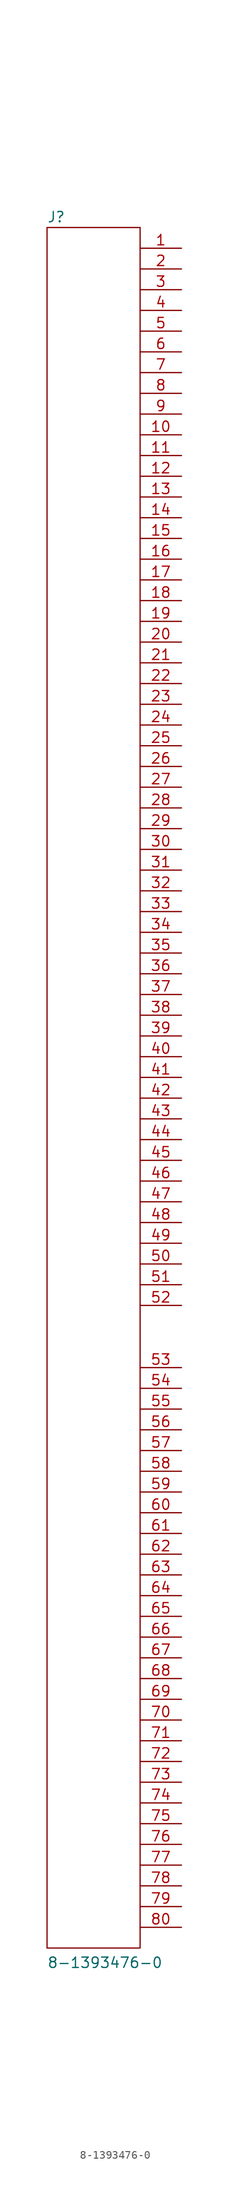
<source format=kicad_sym>
(kicad_symbol_lib
  (version 20210619)
  (generator kicad_symbol_editor)
  (symbol "8-1393476-0:8-1393476-0"
    (pin_names
      (offset 1.016))
    (property "Reference" "J"
      (at 0 0.533 0)
      (effects (font (size 1.27 1.27)) (justify left bottom)))
    (property "Value" "8-1393476-0"
      (at 0 -213.36 0)
      (effects (font (size 1.27 1.27)) (justify left bottom)))
    (symbol "8-1393476-0_0_1"
      (rectangle (start 0 0) (end 11.43 -210.82) (stroke (width 0.152)) (fill (type none))))
    (symbol "8-1393476-0_1_1"
      (pin passive line (at 16.51 -2.54 180) (length 5.08) (name "" (effects (font (size 1.27 1.27)))) (number "1" (effects (font (size 1.27 1.27)))))
      (pin passive line (at 16.51 -25.4 180) (length 5.08) (name "" (effects (font (size 1.27 1.27)))) (number "10" (effects (font (size 1.27 1.27)))))
      (pin passive line (at 16.51 -27.94 180) (length 5.08) (name "" (effects (font (size 1.27 1.27)))) (number "11" (effects (font (size 1.27 1.27)))))
      (pin passive line (at 16.51 -30.48 180) (length 5.08) (name "" (effects (font (size 1.27 1.27)))) (number "12" (effects (font (size 1.27 1.27)))))
      (pin passive line (at 16.51 -33.02 180) (length 5.08) (name "" (effects (font (size 1.27 1.27)))) (number "13" (effects (font (size 1.27 1.27)))))
      (pin passive line (at 16.51 -35.56 180) (length 5.08) (name "" (effects (font (size 1.27 1.27)))) (number "14" (effects (font (size 1.27 1.27)))))
      (pin passive line (at 16.51 -38.1 180) (length 5.08) (name "" (effects (font (size 1.27 1.27)))) (number "15" (effects (font (size 1.27 1.27)))))
      (pin passive line (at 16.51 -40.64 180) (length 5.08) (name "" (effects (font (size 1.27 1.27)))) (number "16" (effects (font (size 1.27 1.27)))))
      (pin passive line (at 16.51 -43.18 180) (length 5.08) (name "" (effects (font (size 1.27 1.27)))) (number "17" (effects (font (size 1.27 1.27)))))
      (pin passive line (at 16.51 -45.72 180) (length 5.08) (name "" (effects (font (size 1.27 1.27)))) (number "18" (effects (font (size 1.27 1.27)))))
      (pin passive line (at 16.51 -48.26 180) (length 5.08) (name "" (effects (font (size 1.27 1.27)))) (number "19" (effects (font (size 1.27 1.27)))))
      (pin passive line (at 16.51 -5.08 180) (length 5.08) (name "" (effects (font (size 1.27 1.27)))) (number "2" (effects (font (size 1.27 1.27)))))
      (pin passive line (at 16.51 -50.8 180) (length 5.08) (name "" (effects (font (size 1.27 1.27)))) (number "20" (effects (font (size 1.27 1.27)))))
      (pin passive line (at 16.51 -53.34 180) (length 5.08) (name "" (effects (font (size 1.27 1.27)))) (number "21" (effects (font (size 1.27 1.27)))))
      (pin passive line (at 16.51 -55.88 180) (length 5.08) (name "" (effects (font (size 1.27 1.27)))) (number "22" (effects (font (size 1.27 1.27)))))
      (pin passive line (at 16.51 -58.42 180) (length 5.08) (name "" (effects (font (size 1.27 1.27)))) (number "23" (effects (font (size 1.27 1.27)))))
      (pin passive line (at 16.51 -60.96 180) (length 5.08) (name "" (effects (font (size 1.27 1.27)))) (number "24" (effects (font (size 1.27 1.27)))))
      (pin passive line (at 16.51 -63.5 180) (length 5.08) (name "" (effects (font (size 1.27 1.27)))) (number "25" (effects (font (size 1.27 1.27)))))
      (pin passive line (at 16.51 -66.04 180) (length 5.08) (name "" (effects (font (size 1.27 1.27)))) (number "26" (effects (font (size 1.27 1.27)))))
      (pin passive line (at 16.51 -68.58 180) (length 5.08) (name "" (effects (font (size 1.27 1.27)))) (number "27" (effects (font (size 1.27 1.27)))))
      (pin passive line (at 16.51 -71.12 180) (length 5.08) (name "" (effects (font (size 1.27 1.27)))) (number "28" (effects (font (size 1.27 1.27)))))
      (pin passive line (at 16.51 -73.66 180) (length 5.08) (name "" (effects (font (size 1.27 1.27)))) (number "29" (effects (font (size 1.27 1.27)))))
      (pin passive line (at 16.51 -7.62 180) (length 5.08) (name "" (effects (font (size 1.27 1.27)))) (number "3" (effects (font (size 1.27 1.27)))))
      (pin passive line (at 16.51 -76.2 180) (length 5.08) (name "" (effects (font (size 1.27 1.27)))) (number "30" (effects (font (size 1.27 1.27)))))
      (pin passive line (at 16.51 -78.74 180) (length 5.08) (name "" (effects (font (size 1.27 1.27)))) (number "31" (effects (font (size 1.27 1.27)))))
      (pin passive line (at 16.51 -81.28 180) (length 5.08) (name "" (effects (font (size 1.27 1.27)))) (number "32" (effects (font (size 1.27 1.27)))))
      (pin passive line (at 16.51 -83.82 180) (length 5.08) (name "" (effects (font (size 1.27 1.27)))) (number "33" (effects (font (size 1.27 1.27)))))
      (pin passive line (at 16.51 -86.36 180) (length 5.08) (name "" (effects (font (size 1.27 1.27)))) (number "34" (effects (font (size 1.27 1.27)))))
      (pin passive line (at 16.51 -88.9 180) (length 5.08) (name "" (effects (font (size 1.27 1.27)))) (number "35" (effects (font (size 1.27 1.27)))))
      (pin passive line (at 16.51 -91.44 180) (length 5.08) (name "" (effects (font (size 1.27 1.27)))) (number "36" (effects (font (size 1.27 1.27)))))
      (pin passive line (at 16.51 -93.98 180) (length 5.08) (name "" (effects (font (size 1.27 1.27)))) (number "37" (effects (font (size 1.27 1.27)))))
      (pin passive line (at 16.51 -96.52 180) (length 5.08) (name "" (effects (font (size 1.27 1.27)))) (number "38" (effects (font (size 1.27 1.27)))))
      (pin passive line (at 16.51 -99.06 180) (length 5.08) (name "" (effects (font (size 1.27 1.27)))) (number "39" (effects (font (size 1.27 1.27)))))
      (pin passive line (at 16.51 -10.16 180) (length 5.08) (name "" (effects (font (size 1.27 1.27)))) (number "4" (effects (font (size 1.27 1.27)))))
      (pin passive line (at 16.51 -101.6 180) (length 5.08) (name "" (effects (font (size 1.27 1.27)))) (number "40" (effects (font (size 1.27 1.27)))))
      (pin passive line (at 16.51 -104.14 180) (length 5.08) (name "" (effects (font (size 1.27 1.27)))) (number "41" (effects (font (size 1.27 1.27)))))
      (pin passive line (at 16.51 -106.68 180) (length 5.08) (name "" (effects (font (size 1.27 1.27)))) (number "42" (effects (font (size 1.27 1.27)))))
      (pin passive line (at 16.51 -109.22 180) (length 5.08) (name "" (effects (font (size 1.27 1.27)))) (number "43" (effects (font (size 1.27 1.27)))))
      (pin passive line (at 16.51 -111.76 180) (length 5.08) (name "" (effects (font (size 1.27 1.27)))) (number "44" (effects (font (size 1.27 1.27)))))
      (pin passive line (at 16.51 -114.3 180) (length 5.08) (name "" (effects (font (size 1.27 1.27)))) (number "45" (effects (font (size 1.27 1.27)))))
      (pin passive line (at 16.51 -116.84 180) (length 5.08) (name "" (effects (font (size 1.27 1.27)))) (number "46" (effects (font (size 1.27 1.27)))))
      (pin passive line (at 16.51 -119.38 180) (length 5.08) (name "" (effects (font (size 1.27 1.27)))) (number "47" (effects (font (size 1.27 1.27)))))
      (pin passive line (at 16.51 -121.92 180) (length 5.08) (name "" (effects (font (size 1.27 1.27)))) (number "48" (effects (font (size 1.27 1.27)))))
      (pin passive line (at 16.51 -124.46 180) (length 5.08) (name "" (effects (font (size 1.27 1.27)))) (number "49" (effects (font (size 1.27 1.27)))))
      (pin passive line (at 16.51 -12.7 180) (length 5.08) (name "" (effects (font (size 1.27 1.27)))) (number "5" (effects (font (size 1.27 1.27)))))
      (pin passive line (at 16.51 -127 180) (length 5.08) (name "" (effects (font (size 1.27 1.27)))) (number "50" (effects (font (size 1.27 1.27)))))
      (pin passive line (at 16.51 -129.54 180) (length 5.08) (name "" (effects (font (size 1.27 1.27)))) (number "51" (effects (font (size 1.27 1.27)))))
      (pin passive line (at 16.51 -132.08 180) (length 5.08) (name "" (effects (font (size 1.27 1.27)))) (number "52" (effects (font (size 1.27 1.27)))))
      (pin passive line (at 16.51 -139.7 180) (length 5.08) (name "" (effects (font (size 1.27 1.27)))) (number "53" (effects (font (size 1.27 1.27)))))
      (pin passive line (at 16.51 -142.24 180) (length 5.08) (name "" (effects (font (size 1.27 1.27)))) (number "54" (effects (font (size 1.27 1.27)))))
      (pin passive line (at 16.51 -144.78 180) (length 5.08) (name "" (effects (font (size 1.27 1.27)))) (number "55" (effects (font (size 1.27 1.27)))))
      (pin passive line (at 16.51 -147.32 180) (length 5.08) (name "" (effects (font (size 1.27 1.27)))) (number "56" (effects (font (size 1.27 1.27)))))
      (pin passive line (at 16.51 -149.86 180) (length 5.08) (name "" (effects (font (size 1.27 1.27)))) (number "57" (effects (font (size 1.27 1.27)))))
      (pin passive line (at 16.51 -152.4 180) (length 5.08) (name "" (effects (font (size 1.27 1.27)))) (number "58" (effects (font (size 1.27 1.27)))))
      (pin passive line (at 16.51 -154.94 180) (length 5.08) (name "" (effects (font (size 1.27 1.27)))) (number "59" (effects (font (size 1.27 1.27)))))
      (pin passive line (at 16.51 -15.24 180) (length 5.08) (name "" (effects (font (size 1.27 1.27)))) (number "6" (effects (font (size 1.27 1.27)))))
      (pin passive line (at 16.51 -157.48 180) (length 5.08) (name "" (effects (font (size 1.27 1.27)))) (number "60" (effects (font (size 1.27 1.27)))))
      (pin passive line (at 16.51 -160.02 180) (length 5.08) (name "" (effects (font (size 1.27 1.27)))) (number "61" (effects (font (size 1.27 1.27)))))
      (pin passive line (at 16.51 -162.56 180) (length 5.08) (name "" (effects (font (size 1.27 1.27)))) (number "62" (effects (font (size 1.27 1.27)))))
      (pin passive line (at 16.51 -165.1 180) (length 5.08) (name "" (effects (font (size 1.27 1.27)))) (number "63" (effects (font (size 1.27 1.27)))))
      (pin passive line (at 16.51 -167.64 180) (length 5.08) (name "" (effects (font (size 1.27 1.27)))) (number "64" (effects (font (size 1.27 1.27)))))
      (pin passive line (at 16.51 -170.18 180) (length 5.08) (name "" (effects (font (size 1.27 1.27)))) (number "65" (effects (font (size 1.27 1.27)))))
      (pin passive line (at 16.51 -172.72 180) (length 5.08) (name "" (effects (font (size 1.27 1.27)))) (number "66" (effects (font (size 1.27 1.27)))))
      (pin passive line (at 16.51 -175.26 180) (length 5.08) (name "" (effects (font (size 1.27 1.27)))) (number "67" (effects (font (size 1.27 1.27)))))
      (pin passive line (at 16.51 -177.8 180) (length 5.08) (name "" (effects (font (size 1.27 1.27)))) (number "68" (effects (font (size 1.27 1.27)))))
      (pin passive line (at 16.51 -180.34 180) (length 5.08) (name "" (effects (font (size 1.27 1.27)))) (number "69" (effects (font (size 1.27 1.27)))))
      (pin passive line (at 16.51 -17.78 180) (length 5.08) (name "" (effects (font (size 1.27 1.27)))) (number "7" (effects (font (size 1.27 1.27)))))
      (pin passive line (at 16.51 -182.88 180) (length 5.08) (name "" (effects (font (size 1.27 1.27)))) (number "70" (effects (font (size 1.27 1.27)))))
      (pin passive line (at 16.51 -185.42 180) (length 5.08) (name "" (effects (font (size 1.27 1.27)))) (number "71" (effects (font (size 1.27 1.27)))))
      (pin passive line (at 16.51 -187.96 180) (length 5.08) (name "" (effects (font (size 1.27 1.27)))) (number "72" (effects (font (size 1.27 1.27)))))
      (pin passive line (at 16.51 -190.5 180) (length 5.08) (name "" (effects (font (size 1.27 1.27)))) (number "73" (effects (font (size 1.27 1.27)))))
      (pin passive line (at 16.51 -193.04 180) (length 5.08) (name "" (effects (font (size 1.27 1.27)))) (number "74" (effects (font (size 1.27 1.27)))))
      (pin passive line (at 16.51 -195.58 180) (length 5.08) (name "" (effects (font (size 1.27 1.27)))) (number "75" (effects (font (size 1.27 1.27)))))
      (pin passive line (at 16.51 -198.12 180) (length 5.08) (name "" (effects (font (size 1.27 1.27)))) (number "76" (effects (font (size 1.27 1.27)))))
      (pin passive line (at 16.51 -200.66 180) (length 5.08) (name "" (effects (font (size 1.27 1.27)))) (number "77" (effects (font (size 1.27 1.27)))))
      (pin passive line (at 16.51 -203.2 180) (length 5.08) (name "" (effects (font (size 1.27 1.27)))) (number "78" (effects (font (size 1.27 1.27)))))
      (pin passive line (at 16.51 -205.74 180) (length 5.08) (name "" (effects (font (size 1.27 1.27)))) (number "79" (effects (font (size 1.27 1.27)))))
      (pin passive line (at 16.51 -20.32 180) (length 5.08) (name "" (effects (font (size 1.27 1.27)))) (number "8" (effects (font (size 1.27 1.27)))))
      (pin passive line (at 16.51 -208.28 180) (length 5.08) (name "" (effects (font (size 1.27 1.27)))) (number "80" (effects (font (size 1.27 1.27)))))
      (pin passive line (at 16.51 -22.86 180) (length 5.08) (name "" (effects (font (size 1.27 1.27)))) (number "9" (effects (font (size 1.27 1.27))))))))
</source>
